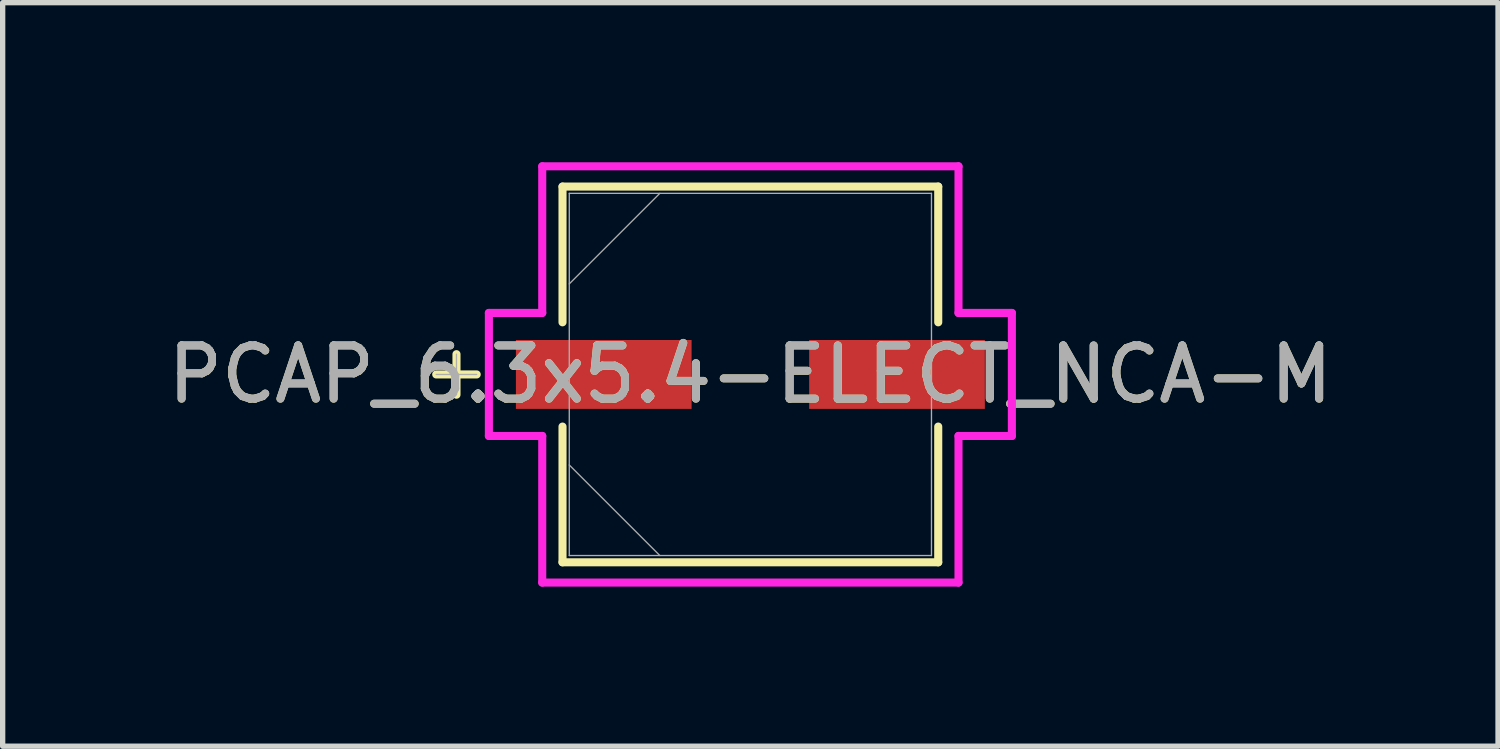
<source format=kicad_pcb>
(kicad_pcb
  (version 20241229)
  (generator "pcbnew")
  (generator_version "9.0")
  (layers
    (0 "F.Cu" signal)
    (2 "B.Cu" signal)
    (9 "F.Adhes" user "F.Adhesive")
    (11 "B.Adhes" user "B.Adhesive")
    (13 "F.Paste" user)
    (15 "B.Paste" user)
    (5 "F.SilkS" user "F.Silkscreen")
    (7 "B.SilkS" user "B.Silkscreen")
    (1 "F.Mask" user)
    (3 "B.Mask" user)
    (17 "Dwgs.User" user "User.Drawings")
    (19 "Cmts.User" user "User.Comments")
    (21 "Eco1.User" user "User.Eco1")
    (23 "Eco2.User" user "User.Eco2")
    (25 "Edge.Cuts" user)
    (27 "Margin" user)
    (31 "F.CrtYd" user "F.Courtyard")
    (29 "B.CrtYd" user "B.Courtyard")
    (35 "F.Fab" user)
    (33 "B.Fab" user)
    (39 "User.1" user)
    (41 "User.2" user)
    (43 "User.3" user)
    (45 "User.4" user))
  (footprint "PCAP_6.3x5.4-ELECT_NCA-M"
    (layer "F.Cu")
    (at 11.054 3.988)
    (property "Reference" "PCAP_6.3x5.4-ELECT_NCA-M" (at 0 0 0) (unlocked yes) (layer "F.SilkS") (effects (font (size 1 1) (thickness 0.15))))
    (attr smd)
    (fp_line (start -5.524 -0.381) (end -5.524 0.381) (stroke (width 0.152) (type solid)) (layer "F.SilkS"))
    (fp_line (start -5.144 0) (end -5.905 0) (stroke (width 0.152) (type solid)) (layer "F.SilkS"))
    (fp_line (start -3.531 -3.531) (end -3.531 -0.98) (stroke (width 0.152) (type solid)) (layer "F.SilkS"))
    (fp_line (start -3.531 0.98) (end -3.531 3.531) (stroke (width 0.152) (type solid)) (layer "F.SilkS"))
    (fp_line (start -3.531 3.531) (end 3.531 3.531) (stroke (width 0.152) (type solid)) (layer "F.SilkS"))
    (fp_line (start 3.531 -3.531) (end -3.531 -3.531) (stroke (width 0.152) (type solid)) (layer "F.SilkS"))
    (fp_line (start 3.531 -0.98) (end 3.531 -3.531) (stroke (width 0.152) (type solid)) (layer "F.SilkS"))
    (fp_line (start 3.531 3.531) (end 3.531 0.98) (stroke (width 0.152) (type solid)) (layer "F.SilkS"))
    (fp_line (start -4.915 -1.156) (end -3.912 -1.156) (stroke (width 0.152) (type solid)) (layer "F.CrtYd"))
    (fp_line (start -4.915 1.156) (end -4.915 -1.156) (stroke (width 0.152) (type solid)) (layer "F.CrtYd"))
    (fp_line (start -3.912 -3.912) (end 3.912 -3.912) (stroke (width 0.152) (type solid)) (layer "F.CrtYd"))
    (fp_line (start -3.912 -1.156) (end -3.912 -3.912) (stroke (width 0.152) (type solid)) (layer "F.CrtYd"))
    (fp_line (start -3.912 1.156) (end -4.915 1.156) (stroke (width 0.152) (type solid)) (layer "F.CrtYd"))
    (fp_line (start -3.912 3.912) (end -3.912 1.156) (stroke (width 0.152) (type solid)) (layer "F.CrtYd"))
    (fp_line (start 3.912 -3.912) (end 3.912 -1.156) (stroke (width 0.152) (type solid)) (layer "F.CrtYd"))
    (fp_line (start 3.912 -1.156) (end 4.915 -1.156) (stroke (width 0.152) (type solid)) (layer "F.CrtYd"))
    (fp_line (start 3.912 1.156) (end 3.912 3.912) (stroke (width 0.152) (type solid)) (layer "F.CrtYd"))
    (fp_line (start 3.912 3.912) (end -3.912 3.912) (stroke (width 0.152) (type solid)) (layer "F.CrtYd"))
    (fp_line (start 4.915 -1.156) (end 4.915 1.156) (stroke (width 0.152) (type solid)) (layer "F.CrtYd"))
    (fp_line (start 4.915 1.156) (end 3.912 1.156) (stroke (width 0.152) (type solid)) (layer "F.CrtYd"))
    (fp_line (start -5.524 -0.381) (end -5.524 0.381) (stroke (width 0.025) (type solid)) (layer "F.Fab"))
    (fp_line (start -5.144 0) (end -5.905 0) (stroke (width 0.025) (type solid)) (layer "F.Fab"))
    (fp_line (start -3.404 -3.404) (end -3.404 3.404) (stroke (width 0.025) (type solid)) (layer "F.Fab"))
    (fp_line (start -3.404 -1.702) (end -1.702 -3.404) (stroke (width 0.025) (type solid)) (layer "F.Fab"))
    (fp_line (start -3.404 1.702) (end -1.702 3.404) (stroke (width 0.025) (type solid)) (layer "F.Fab"))
    (fp_line (start -3.404 3.404) (end 3.404 3.404) (stroke (width 0.025) (type solid)) (layer "F.Fab"))
    (fp_line (start 3.404 -3.404) (end -3.404 -3.404) (stroke (width 0.025) (type solid)) (layer "F.Fab"))
    (fp_line (start 3.404 3.404) (end 3.404 -3.404) (stroke (width 0.025) (type solid)) (layer "F.Fab"))
    (fp_text user "${REFERENCE}" (at 0 0 0) (unlocked yes) (layer "F.Fab") (effects (font (size 1 1) (thickness 0.15))))
    (pad "1" smd rect (at -2.756 0) (size 3.302 1.295) (layers "F.Cu" "F.Mask" "F.Paste"))
    (pad "2" smd rect (at 2.756 0) (size 3.302 1.295) (layers "F.Cu" "F.Mask" "F.Paste"))
    (zone (net_name "") (layer "F.Cu") (hatch full 0.508) (connect_pads) (min_thickness 0.254) (filled_areas_thickness no) (keepout (tracks not_allowed) (vias not_allowed) (pads allowed) (copperpour not_allowed) (footprints allowed)) (placement (enabled no)) (fill) (polygon (pts (xy 7.701 0.635) (xy 14.406 0.635) (xy 14.406 3.289) (xy 7.701 3.289))))
    (zone (net_name "") (layer "F.Cu") (hatch full 0.508) (connect_pads) (min_thickness 0.254) (filled_areas_thickness no) (keepout (tracks not_allowed) (vias not_allowed) (pads allowed) (copperpour not_allowed) (footprints allowed)) (placement (enabled no)) (fill) (polygon (pts (xy 7.701 4.686) (xy 14.406 4.686) (xy 14.406 7.341) (xy 7.701 7.341))))
    (zone (net_name "") (layer "F.Cu") (hatch full 0.508) (connect_pads) (min_thickness 0.254) (filled_areas_thickness no) (keepout (tracks not_allowed) (vias not_allowed) (pads allowed) (copperpour not_allowed) (footprints allowed)) (placement (enabled no)) (fill) (polygon (pts (xy 9.999 3.289) (xy 12.108 3.289) (xy 12.108 4.686) (xy 9.999 4.686)))))
  (gr_rect
    (start -3 -3)
    (end 25.107 10.976)
    (stroke (width 0.1) (type default))
    (fill no)
    (layer "Edge.Cuts")))
</source>
